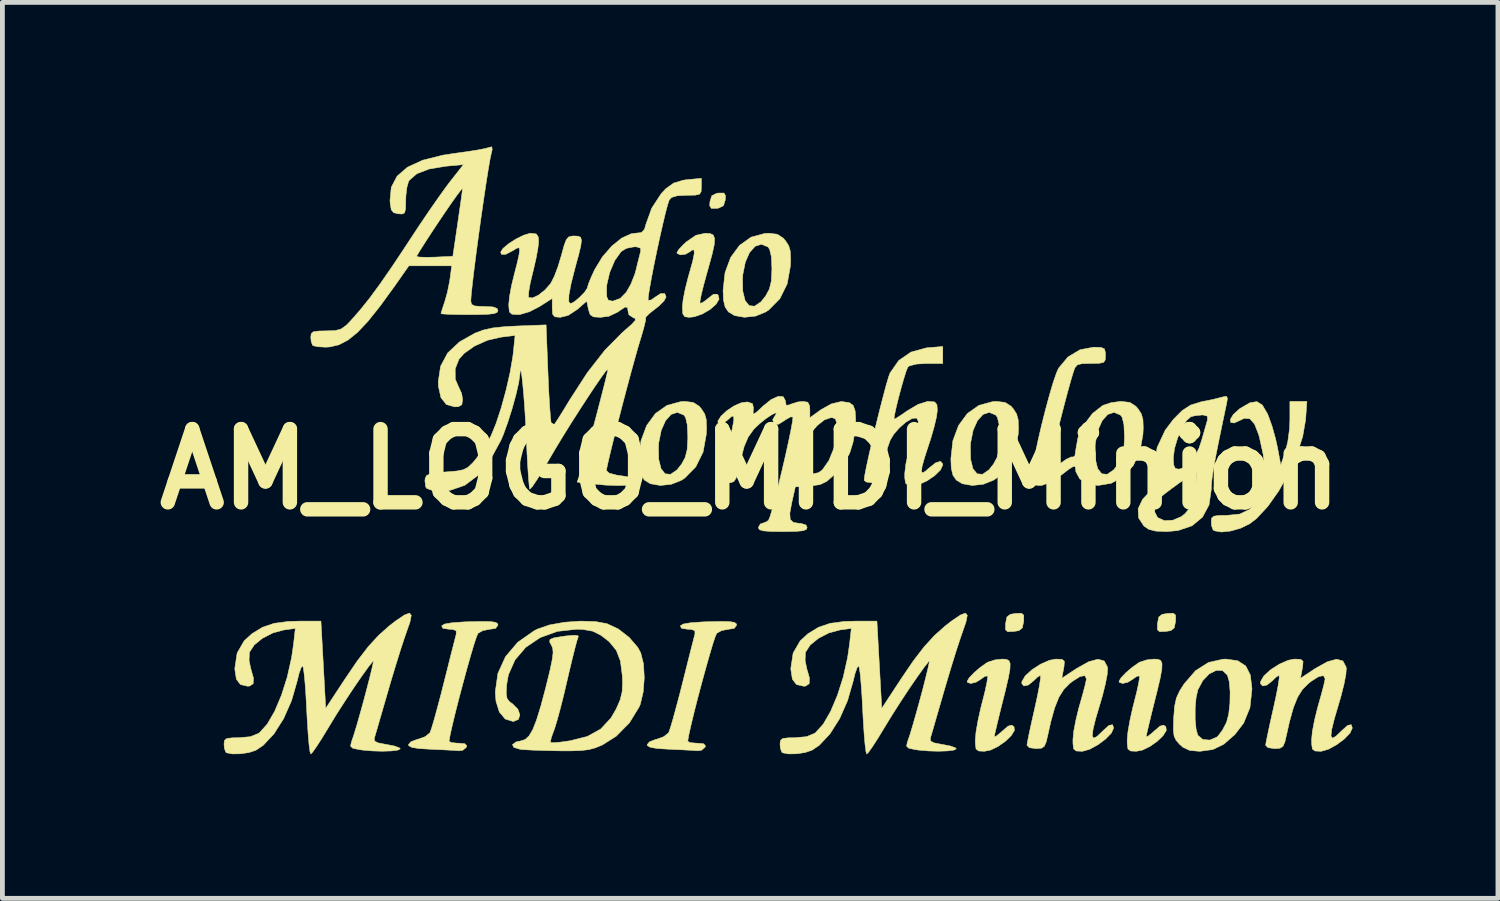
<source format=kicad_pcb>
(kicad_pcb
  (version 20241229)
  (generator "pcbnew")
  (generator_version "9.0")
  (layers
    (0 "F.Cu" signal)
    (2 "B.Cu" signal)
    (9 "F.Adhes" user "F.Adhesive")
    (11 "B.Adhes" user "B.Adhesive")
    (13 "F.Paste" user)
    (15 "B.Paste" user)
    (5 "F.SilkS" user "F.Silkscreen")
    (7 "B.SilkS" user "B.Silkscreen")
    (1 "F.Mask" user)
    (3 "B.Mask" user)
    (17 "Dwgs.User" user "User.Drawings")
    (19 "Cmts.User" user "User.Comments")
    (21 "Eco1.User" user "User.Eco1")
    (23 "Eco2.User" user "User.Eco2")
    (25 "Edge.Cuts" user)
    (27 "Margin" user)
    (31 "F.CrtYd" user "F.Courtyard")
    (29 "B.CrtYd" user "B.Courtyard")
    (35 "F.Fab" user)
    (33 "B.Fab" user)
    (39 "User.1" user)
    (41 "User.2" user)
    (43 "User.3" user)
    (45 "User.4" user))
  (footprint "AM_LOGO_MIDI_Minion"
    (layer "F.Cu")
    (at 12.562 6.715)
    (property "Reference" "AM_LOGO_MIDI_Minion" (at 0 0 0) (layer "F.SilkS") (effects (font (size 1.524 1.524) (thickness 0.3))))
    (attr through_hole)
    (fp_poly (pts (xy -0.513 -5.693) (xy -0.518 -5.606) (xy -0.556 -5.484) (xy -0.658 -5.434) (xy -0.696 -5.429) (xy -0.808 -5.428) (xy -0.842 -5.483) (xy -0.837 -5.57) (xy -0.798 -5.692) (xy -0.697 -5.742) (xy -0.659 -5.747) (xy -0.547 -5.748) (xy -0.513 -5.693)) (stroke (width 0.01) (type solid)) (fill yes) (layer "F.SilkS"))
    (fp_poly (pts (xy 5.694 3.039) (xy 5.692 3.16) (xy 5.691 3.171) (xy 5.664 3.302) (xy 5.593 3.359) (xy 5.485 3.376) (xy 5.359 3.381) (xy 5.313 3.339) (xy 5.315 3.219) (xy 5.316 3.207) (xy 5.343 3.076) (xy 5.413 3.02) (xy 5.521 3.002) (xy 5.648 2.997) (xy 5.694 3.039)) (stroke (width 0.01) (type solid)) (fill yes) (layer "F.SilkS"))
    (fp_poly (pts (xy 8.855 3.039) (xy 8.853 3.16) (xy 8.852 3.171) (xy 8.825 3.302) (xy 8.754 3.359) (xy 8.646 3.376) (xy 8.52 3.381) (xy 8.474 3.339) (xy 8.476 3.219) (xy 8.477 3.207) (xy 8.503 3.076) (xy 8.574 3.02) (xy 8.682 3.002) (xy 8.809 2.997) (xy 8.855 3.039)) (stroke (width 0.01) (type solid)) (fill yes) (layer "F.SilkS"))
    (fp_poly (pts (xy -1.186 -1.39) (xy -1.063 -1.312) (xy -1.015 -1.256) (xy -0.947 -1.151) (xy -0.914 -1.032) (xy -0.908 -0.861) (xy -0.913 -0.728) (xy -0.98 -0.357) (xy -1.132 -0.049) (xy -1.363 0.185) (xy -1.427 0.228) (xy -1.64 0.313) (xy -1.869 0.338) (xy -2.076 0.302) (xy -2.201 0.226) (xy -2.271 0.125) (xy -2.306 -0.021) (xy -2.314 -0.219) (xy -2.284 -0.487) (xy -1.908 -0.487) (xy -1.904 -0.207) (xy -1.855 -0.011) (xy -1.771 0.095) (xy -1.657 0.106) (xy -1.524 0.015) (xy -1.427 -0.107) (xy -1.351 -0.249) (xy -1.311 -0.411) (xy -1.298 -0.637) (xy -1.298 -0.679) (xy -1.31 -0.928) (xy -1.345 -1.078) (xy -1.38 -1.127) (xy -1.515 -1.183) (xy -1.646 -1.14) (xy -1.761 -1.011) (xy -1.851 -0.811) (xy -1.903 -0.551) (xy -1.908 -0.487) (xy -2.284 -0.487) (xy -2.273 -0.591) (xy -2.155 -0.909) (xy -1.972 -1.159) (xy -1.731 -1.329) (xy -1.444 -1.407) (xy -1.362 -1.411) (xy -1.186 -1.39)) (stroke (width 0.01) (type solid)) (fill yes) (layer "F.SilkS"))
    (fp_poly (pts (xy -0.83 -4.904) (xy -0.767 -4.872) (xy -0.74 -4.8) (xy -0.748 -4.673) (xy -0.792 -4.474) (xy -0.87 -4.189) (xy -0.904 -4.069) (xy -0.97 -3.828) (xy -1.019 -3.629) (xy -1.044 -3.496) (xy -1.044 -3.453) (xy -0.989 -3.468) (xy -0.891 -3.541) (xy -0.874 -3.557) (xy -0.763 -3.642) (xy -0.688 -3.642) (xy -0.667 -3.624) (xy -0.647 -3.539) (xy -0.71 -3.434) (xy -0.833 -3.326) (xy -0.991 -3.233) (xy -1.162 -3.173) (xy -1.267 -3.161) (xy -1.361 -3.174) (xy -1.402 -3.233) (xy -1.411 -3.372) (xy -1.411 -3.377) (xy -1.395 -3.532) (xy -1.351 -3.754) (xy -1.289 -3.999) (xy -1.27 -4.064) (xy -1.196 -4.328) (xy -1.163 -4.494) (xy -1.171 -4.568) (xy -1.22 -4.556) (xy -1.254 -4.526) (xy -1.347 -4.474) (xy -1.451 -4.461) (xy -1.518 -4.49) (xy -1.524 -4.51) (xy -1.485 -4.574) (xy -1.386 -4.679) (xy -1.324 -4.735) (xy -1.128 -4.869) (xy -0.934 -4.911) (xy -0.929 -4.911) (xy -0.83 -4.904)) (stroke (width 0.01) (type solid)) (fill yes) (layer "F.SilkS"))
    (fp_poly (pts (xy 0.564 -4.89) (xy 0.686 -4.811) (xy 0.735 -4.755) (xy 0.803 -4.65) (xy 0.836 -4.532) (xy 0.842 -4.361) (xy 0.837 -4.227) (xy 0.77 -3.857) (xy 0.618 -3.549) (xy 0.387 -3.315) (xy 0.322 -3.272) (xy 0.11 -3.186) (xy -0.119 -3.162) (xy -0.326 -3.198) (xy -0.452 -3.274) (xy -0.521 -3.375) (xy -0.556 -3.521) (xy -0.564 -3.718) (xy -0.535 -3.986) (xy -0.159 -3.986) (xy -0.154 -3.707) (xy -0.106 -3.511) (xy -0.021 -3.404) (xy 0.092 -3.393) (xy 0.226 -3.485) (xy 0.323 -3.607) (xy 0.399 -3.748) (xy 0.439 -3.911) (xy 0.451 -4.136) (xy 0.452 -4.178) (xy 0.44 -4.428) (xy 0.404 -4.578) (xy 0.37 -4.626) (xy 0.235 -4.682) (xy 0.104 -4.64) (xy -0.012 -4.511) (xy -0.101 -4.31) (xy -0.153 -4.051) (xy -0.159 -3.986) (xy -0.535 -3.986) (xy -0.523 -4.091) (xy -0.406 -4.408) (xy -0.222 -4.658) (xy 0.018 -4.829) (xy 0.305 -4.907) (xy 0.388 -4.911) (xy 0.564 -4.89)) (stroke (width 0.01) (type solid)) (fill yes) (layer "F.SilkS"))
    (fp_poly (pts (xy 5.305 -1.39) (xy 5.428 -1.312) (xy 5.476 -1.256) (xy 5.544 -1.151) (xy 5.577 -1.032) (xy 5.584 -0.861) (xy 5.578 -0.728) (xy 5.511 -0.357) (xy 5.359 -0.049) (xy 5.128 0.185) (xy 5.064 0.228) (xy 4.851 0.313) (xy 4.622 0.338) (xy 4.415 0.302) (xy 4.29 0.226) (xy 4.22 0.125) (xy 4.185 -0.021) (xy 4.177 -0.219) (xy 4.207 -0.487) (xy 4.583 -0.487) (xy 4.587 -0.207) (xy 4.636 -0.011) (xy 4.721 0.095) (xy 4.834 0.106) (xy 4.967 0.015) (xy 5.064 -0.107) (xy 5.14 -0.249) (xy 5.18 -0.411) (xy 5.193 -0.637) (xy 5.193 -0.679) (xy 5.181 -0.928) (xy 5.146 -1.078) (xy 5.111 -1.127) (xy 4.976 -1.183) (xy 4.845 -1.14) (xy 4.73 -1.011) (xy 4.64 -0.811) (xy 4.588 -0.551) (xy 4.583 -0.487) (xy 4.207 -0.487) (xy 4.218 -0.591) (xy 4.336 -0.909) (xy 4.519 -1.159) (xy 4.76 -1.329) (xy 5.047 -1.407) (xy 5.13 -1.411) (xy 5.305 -1.39)) (stroke (width 0.01) (type solid)) (fill yes) (layer "F.SilkS"))
    (fp_poly (pts (xy 5.33 3.956) (xy 5.384 3.983) (xy 5.41 4.046) (xy 5.406 4.16) (xy 5.373 4.342) (xy 5.311 4.607) (xy 5.249 4.854) (xy 5.184 5.115) (xy 5.131 5.336) (xy 5.094 5.494) (xy 5.08 5.566) (xy 5.08 5.567) (xy 5.115 5.559) (xy 5.204 5.488) (xy 5.25 5.447) (xy 5.367 5.347) (xy 5.442 5.326) (xy 5.49 5.356) (xy 5.5 5.436) (xy 5.432 5.545) (xy 5.311 5.662) (xy 5.159 5.769) (xy 5.002 5.845) (xy 4.875 5.87) (xy 4.756 5.864) (xy 4.701 5.823) (xy 4.686 5.717) (xy 4.685 5.63) (xy 4.7 5.468) (xy 4.74 5.237) (xy 4.797 4.977) (xy 4.827 4.86) (xy 4.885 4.631) (xy 4.925 4.445) (xy 4.943 4.328) (xy 4.94 4.301) (xy 4.882 4.311) (xy 4.808 4.365) (xy 4.699 4.433) (xy 4.59 4.459) (xy 4.522 4.436) (xy 4.516 4.413) (xy 4.557 4.342) (xy 4.659 4.235) (xy 4.79 4.122) (xy 4.919 4.031) (xy 4.949 4.014) (xy 5.098 3.967) (xy 5.246 3.951) (xy 5.33 3.956)) (stroke (width 0.01) (type solid)) (fill yes) (layer "F.SilkS"))
    (fp_poly (pts (xy 8.491 3.956) (xy 8.545 3.983) (xy 8.571 4.046) (xy 8.567 4.16) (xy 8.534 4.342) (xy 8.472 4.607) (xy 8.41 4.854) (xy 8.345 5.115) (xy 8.292 5.336) (xy 8.255 5.494) (xy 8.241 5.566) (xy 8.241 5.567) (xy 8.276 5.559) (xy 8.365 5.488) (xy 8.411 5.447) (xy 8.528 5.347) (xy 8.603 5.326) (xy 8.65 5.356) (xy 8.661 5.436) (xy 8.593 5.545) (xy 8.472 5.662) (xy 8.32 5.769) (xy 8.163 5.845) (xy 8.036 5.87) (xy 7.917 5.864) (xy 7.862 5.823) (xy 7.847 5.717) (xy 7.846 5.63) (xy 7.861 5.468) (xy 7.901 5.237) (xy 7.958 4.977) (xy 7.988 4.86) (xy 8.046 4.631) (xy 8.086 4.445) (xy 8.104 4.328) (xy 8.101 4.301) (xy 8.043 4.311) (xy 7.969 4.365) (xy 7.86 4.433) (xy 7.751 4.459) (xy 7.683 4.436) (xy 7.676 4.413) (xy 7.717 4.342) (xy 7.819 4.235) (xy 7.951 4.122) (xy 8.08 4.031) (xy 8.11 4.014) (xy 8.259 3.967) (xy 8.407 3.951) (xy 8.491 3.956)) (stroke (width 0.01) (type solid)) (fill yes) (layer "F.SilkS"))
    (fp_poly (pts (xy 10.146 3.986) (xy 10.313 4.094) (xy 10.409 4.284) (xy 10.442 4.564) (xy 10.442 4.582) (xy 10.401 4.962) (xy 10.27 5.283) (xy 10.087 5.522) (xy 9.856 5.724) (xy 9.627 5.834) (xy 9.363 5.87) (xy 9.342 5.87) (xy 9.146 5.852) (xy 9.006 5.786) (xy 8.938 5.726) (xy 8.863 5.641) (xy 8.822 5.553) (xy 8.807 5.429) (xy 8.811 5.234) (xy 8.812 5.204) (xy 9.261 5.204) (xy 9.28 5.407) (xy 9.315 5.535) (xy 9.418 5.624) (xy 9.564 5.637) (xy 9.71 5.575) (xy 9.74 5.548) (xy 9.83 5.428) (xy 9.912 5.271) (xy 9.914 5.267) (xy 9.959 5.095) (xy 9.984 4.869) (xy 9.988 4.631) (xy 9.97 4.421) (xy 9.932 4.286) (xy 9.833 4.192) (xy 9.7 4.186) (xy 9.555 4.258) (xy 9.42 4.398) (xy 9.317 4.59) (xy 9.28 4.754) (xy 9.261 4.972) (xy 9.261 5.204) (xy 8.812 5.204) (xy 8.814 5.168) (xy 8.833 4.931) (xy 8.87 4.761) (xy 8.941 4.608) (xy 9.03 4.469) (xy 9.269 4.192) (xy 9.538 4.021) (xy 9.843 3.953) (xy 9.902 3.951) (xy 10.146 3.986)) (stroke (width 0.01) (type solid)) (fill yes) (layer "F.SilkS"))
    (fp_poly (pts (xy 11.559 -1.03) (xy 11.499 -0.682) (xy 11.377 -0.301) (xy 11.205 0.086) (xy 10.999 0.454) (xy 10.77 0.777) (xy 10.534 1.029) (xy 10.394 1.136) (xy 10.205 1.228) (xy 9.996 1.287) (xy 9.805 1.307) (xy 9.665 1.282) (xy 9.633 1.261) (xy 9.603 1.18) (xy 9.596 1.091) (xy 9.604 1.017) (xy 9.648 0.978) (xy 9.754 0.962) (xy 9.926 0.96) (xy 10.191 0.932) (xy 10.39 0.838) (xy 10.551 0.66) (xy 10.641 0.505) (xy 10.699 0.3) (xy 10.71 0.018) (xy 10.675 -0.314) (xy 10.596 -0.672) (xy 10.581 -0.724) (xy 10.496 -0.941) (xy 10.397 -1.051) (xy 10.279 -1.058) (xy 10.21 -1.025) (xy 10.073 -0.962) (xy 10 -0.973) (xy 9.994 -1.038) (xy 10.053 -1.138) (xy 10.179 -1.252) (xy 10.201 -1.268) (xy 10.4 -1.383) (xy 10.545 -1.407) (xy 10.658 -1.336) (xy 10.76 -1.164) (xy 10.779 -1.121) (xy 10.859 -0.901) (xy 10.933 -0.637) (xy 10.973 -0.458) (xy 11.042 -0.085) (xy 11.137 -0.363) (xy 11.189 -0.577) (xy 11.224 -0.839) (xy 11.232 -1.026) (xy 11.232 -1.411) (xy 11.586 -1.411) (xy 11.559 -1.03)) (stroke (width 0.01) (type solid)) (fill yes) (layer "F.SilkS"))
    (fp_poly (pts (xy -5.39 3.172) (xy -5.294 3.188) (xy -5.254 3.218) (xy -5.249 3.244) (xy -5.298 3.312) (xy -5.415 3.33) (xy -5.564 3.358) (xy -5.663 3.414) (xy -5.694 3.484) (xy -5.747 3.643) (xy -5.815 3.87) (xy -5.893 4.146) (xy -5.975 4.448) (xy -6.057 4.757) (xy -6.132 5.051) (xy -6.195 5.311) (xy -6.241 5.515) (xy -6.264 5.643) (xy -6.265 5.664) (xy -6.216 5.689) (xy -6.094 5.701) (xy -6.07 5.701) (xy -5.939 5.712) (xy -5.899 5.753) (xy -5.906 5.786) (xy -5.981 5.849) (xy -6.06 5.859) (xy -6.172 5.851) (xy -6.36 5.841) (xy -6.589 5.831) (xy -6.646 5.828) (xy -6.893 5.813) (xy -7.041 5.789) (xy -7.106 5.753) (xy -7.112 5.733) (xy -7.062 5.673) (xy -6.939 5.625) (xy -6.915 5.62) (xy -6.767 5.567) (xy -6.668 5.488) (xy -6.663 5.48) (xy -6.631 5.392) (xy -6.578 5.215) (xy -6.511 4.97) (xy -6.433 4.678) (xy -6.376 4.452) (xy -6.297 4.139) (xy -6.227 3.859) (xy -6.169 3.632) (xy -6.13 3.481) (xy -6.117 3.429) (xy -6.119 3.359) (xy -6.197 3.333) (xy -6.266 3.33) (xy -6.395 3.311) (xy -6.421 3.26) (xy -6.361 3.222) (xy -6.205 3.195) (xy -5.946 3.177) (xy -5.823 3.173) (xy -5.56 3.168) (xy -5.39 3.172)) (stroke (width 0.01) (type solid)) (fill yes) (layer "F.SilkS"))
    (fp_poly (pts (xy -0.423 3.172) (xy -0.327 3.188) (xy -0.287 3.218) (xy -0.282 3.244) (xy -0.331 3.312) (xy -0.448 3.33) (xy -0.597 3.358) (xy -0.696 3.414) (xy -0.727 3.484) (xy -0.78 3.643) (xy -0.847 3.87) (xy -0.925 4.146) (xy -1.008 4.448) (xy -1.09 4.757) (xy -1.165 5.051) (xy -1.228 5.311) (xy -1.274 5.515) (xy -1.297 5.643) (xy -1.298 5.664) (xy -1.249 5.689) (xy -1.127 5.701) (xy -1.102 5.701) (xy -0.972 5.712) (xy -0.932 5.753) (xy -0.939 5.786) (xy -1.014 5.849) (xy -1.093 5.859) (xy -1.205 5.851) (xy -1.393 5.841) (xy -1.622 5.831) (xy -1.679 5.828) (xy -1.926 5.813) (xy -2.074 5.789) (xy -2.139 5.753) (xy -2.145 5.733) (xy -2.095 5.673) (xy -1.972 5.625) (xy -1.948 5.62) (xy -1.8 5.567) (xy -1.701 5.488) (xy -1.696 5.48) (xy -1.664 5.392) (xy -1.611 5.215) (xy -1.544 4.97) (xy -1.466 4.678) (xy -1.409 4.452) (xy -1.33 4.139) (xy -1.26 3.859) (xy -1.202 3.632) (xy -1.163 3.481) (xy -1.149 3.429) (xy -1.152 3.359) (xy -1.23 3.333) (xy -1.299 3.33) (xy -1.428 3.311) (xy -1.454 3.26) (xy -1.394 3.222) (xy -1.238 3.195) (xy -0.979 3.177) (xy -0.856 3.173) (xy -0.593 3.168) (xy -0.423 3.172)) (stroke (width 0.01) (type solid)) (fill yes) (layer "F.SilkS"))
    (fp_poly (pts (xy 4.008 -2.201) (xy 3.676 -2.201) (xy 3.457 -2.188) (xy 3.316 -2.151) (xy 3.283 -2.127) (xy 3.25 -2.052) (xy 3.201 -1.898) (xy 3.143 -1.696) (xy 3.085 -1.478) (xy 3.035 -1.274) (xy 3.001 -1.115) (xy 2.992 -1.042) (xy 3.033 -1.058) (xy 3.14 -1.126) (xy 3.266 -1.214) (xy 3.495 -1.35) (xy 3.688 -1.41) (xy 3.718 -1.411) (xy 3.839 -1.4) (xy 3.887 -1.343) (xy 3.895 -1.224) (xy 3.877 -1.087) (xy 3.828 -0.88) (xy 3.759 -0.639) (xy 3.725 -0.536) (xy 3.631 -0.248) (xy 3.577 -0.056) (xy 3.563 0.049) (xy 3.588 0.077) (xy 3.653 0.037) (xy 3.714 -0.018) (xy 3.859 -0.133) (xy 3.96 -0.165) (xy 4.006 -0.112) (xy 4.008 -0.089) (xy 3.96 0.016) (xy 3.839 0.134) (xy 3.679 0.243) (xy 3.513 0.318) (xy 3.402 0.339) (xy 3.288 0.332) (xy 3.235 0.293) (xy 3.218 0.19) (xy 3.217 0.086) (xy 3.238 -0.101) (xy 3.292 -0.336) (xy 3.358 -0.542) (xy 3.429 -0.739) (xy 3.479 -0.901) (xy 3.5 -0.993) (xy 3.5 -0.994) (xy 3.465 -1.065) (xy 3.371 -1.057) (xy 3.234 -0.975) (xy 3.105 -0.861) (xy 2.992 -0.734) (xy 2.913 -0.602) (xy 2.852 -0.428) (xy 2.794 -0.183) (xy 2.743 0.043) (xy 2.702 0.181) (xy 2.66 0.252) (xy 2.602 0.278) (xy 2.532 0.282) (xy 2.417 0.266) (xy 2.371 0.23) (xy 2.384 0.128) (xy 2.421 -0.061) (xy 2.476 -0.314) (xy 2.544 -0.609) (xy 2.619 -0.924) (xy 2.696 -1.237) (xy 2.77 -1.524) (xy 2.834 -1.764) (xy 2.885 -1.934) (xy 2.91 -2.002) (xy 3.091 -2.262) (xy 3.346 -2.438) (xy 3.664 -2.525) (xy 3.701 -2.529) (xy 4.008 -2.554) (xy 4.008 -2.201)) (stroke (width 0.01) (type solid)) (fill yes) (layer "F.SilkS"))
    (fp_poly (pts (xy 6.492 3.957) (xy 6.539 3.998) (xy 6.531 4.107) (xy 6.523 4.151) (xy 6.485 4.351) (xy 6.793 4.147) (xy 7.043 4.007) (xy 7.237 3.954) (xy 7.368 3.99) (xy 7.434 4.114) (xy 7.439 4.149) (xy 7.43 4.274) (xy 7.391 4.474) (xy 7.33 4.717) (xy 7.284 4.875) (xy 7.188 5.198) (xy 7.134 5.421) (xy 7.12 5.552) (xy 7.148 5.597) (xy 7.218 5.562) (xy 7.332 5.453) (xy 7.338 5.447) (xy 7.466 5.332) (xy 7.541 5.316) (xy 7.564 5.386) (xy 7.517 5.491) (xy 7.397 5.615) (xy 7.236 5.735) (xy 7.066 5.828) (xy 6.918 5.87) (xy 6.904 5.87) (xy 6.787 5.864) (xy 6.733 5.823) (xy 6.718 5.717) (xy 6.717 5.627) (xy 6.733 5.458) (xy 6.777 5.226) (xy 6.838 4.973) (xy 6.857 4.908) (xy 6.92 4.685) (xy 6.969 4.5) (xy 6.995 4.382) (xy 6.998 4.36) (xy 6.964 4.296) (xy 6.865 4.314) (xy 6.708 4.413) (xy 6.649 4.46) (xy 6.525 4.585) (xy 6.425 4.745) (xy 6.338 4.962) (xy 6.256 5.256) (xy 6.204 5.489) (xy 6.162 5.671) (xy 6.121 5.767) (xy 6.06 5.806) (xy 5.958 5.814) (xy 5.946 5.814) (xy 5.81 5.795) (xy 5.76 5.744) (xy 5.76 5.743) (xy 5.773 5.664) (xy 5.806 5.498) (xy 5.856 5.269) (xy 5.916 5.002) (xy 5.921 4.981) (xy 5.978 4.72) (xy 6.02 4.504) (xy 6.042 4.354) (xy 6.042 4.291) (xy 6.04 4.29) (xy 5.977 4.327) (xy 5.898 4.403) (xy 5.789 4.491) (xy 5.697 4.511) (xy 5.653 4.462) (xy 5.655 4.419) (xy 5.723 4.302) (xy 5.864 4.173) (xy 6.044 4.057) (xy 6.229 3.976) (xy 6.361 3.951) (xy 6.492 3.957)) (stroke (width 0.01) (type solid)) (fill yes) (layer "F.SilkS"))
    (fp_poly (pts (xy 11.459 3.957) (xy 11.506 3.998) (xy 11.498 4.107) (xy 11.49 4.151) (xy 11.452 4.351) (xy 11.76 4.147) (xy 12.011 4.007) (xy 12.204 3.954) (xy 12.335 3.99) (xy 12.401 4.114) (xy 12.406 4.149) (xy 12.397 4.274) (xy 12.358 4.474) (xy 12.297 4.717) (xy 12.251 4.875) (xy 12.156 5.198) (xy 12.101 5.421) (xy 12.087 5.552) (xy 12.115 5.597) (xy 12.185 5.562) (xy 12.299 5.453) (xy 12.305 5.447) (xy 12.433 5.332) (xy 12.508 5.316) (xy 12.531 5.386) (xy 12.484 5.491) (xy 12.364 5.615) (xy 12.203 5.735) (xy 12.033 5.828) (xy 11.885 5.87) (xy 11.871 5.87) (xy 11.754 5.864) (xy 11.7 5.823) (xy 11.685 5.717) (xy 11.684 5.627) (xy 11.7 5.458) (xy 11.744 5.226) (xy 11.806 4.973) (xy 11.824 4.908) (xy 11.887 4.685) (xy 11.936 4.5) (xy 11.962 4.382) (xy 11.965 4.36) (xy 11.931 4.296) (xy 11.832 4.314) (xy 11.675 4.413) (xy 11.617 4.46) (xy 11.492 4.585) (xy 11.392 4.745) (xy 11.305 4.962) (xy 11.223 5.256) (xy 11.171 5.489) (xy 11.129 5.671) (xy 11.088 5.767) (xy 11.027 5.806) (xy 10.925 5.814) (xy 10.913 5.814) (xy 10.777 5.795) (xy 10.727 5.744) (xy 10.727 5.743) (xy 10.74 5.664) (xy 10.774 5.498) (xy 10.823 5.269) (xy 10.883 5.002) (xy 10.888 4.981) (xy 10.945 4.72) (xy 10.987 4.504) (xy 11.009 4.354) (xy 11.009 4.291) (xy 11.007 4.29) (xy 10.944 4.327) (xy 10.866 4.403) (xy 10.756 4.491) (xy 10.664 4.511) (xy 10.62 4.462) (xy 10.622 4.419) (xy 10.69 4.302) (xy 10.831 4.173) (xy 11.012 4.057) (xy 11.196 3.976) (xy 11.328 3.951) (xy 11.459 3.957)) (stroke (width 0.01) (type solid)) (fill yes) (layer "F.SilkS"))
    (fp_poly (pts (xy 9.933 -1.477) (xy 9.917 -1.378) (xy 9.818 -0.907) (xy 9.741 -0.532) (xy 9.683 -0.239) (xy 9.642 -0.013) (xy 9.616 0.159) (xy 9.601 0.293) (xy 9.596 0.403) (xy 9.596 0.423) (xy 9.549 0.744) (xy 9.413 0.997) (xy 9.196 1.177) (xy 8.902 1.277) (xy 8.661 1.298) (xy 8.441 1.288) (xy 8.297 1.252) (xy 8.195 1.183) (xy 8.083 1.013) (xy 8.077 0.886) (xy 8.417 0.886) (xy 8.478 1.005) (xy 8.615 1.069) (xy 8.792 1.062) (xy 8.97 0.988) (xy 9.053 0.922) (xy 9.16 0.791) (xy 9.223 0.667) (xy 9.226 0.654) (xy 9.26 0.457) (xy 9.284 0.272) (xy 9.295 0.129) (xy 9.289 0.059) (xy 9.286 0.056) (xy 9.225 0.087) (xy 9.102 0.167) (xy 8.943 0.277) (xy 8.776 0.398) (xy 8.628 0.51) (xy 8.537 0.584) (xy 8.434 0.73) (xy 8.417 0.886) (xy 8.077 0.886) (xy 8.074 0.821) (xy 8.167 0.626) (xy 8.271 0.514) (xy 8.404 0.409) (xy 8.51 0.345) (xy 8.539 0.337) (xy 8.556 0.314) (xy 8.509 0.278) (xy 8.446 0.207) (xy 8.416 0.072) (xy 8.411 -0.073) (xy 8.437 -0.24) (xy 8.806 -0.24) (xy 8.814 -0.087) (xy 8.847 -0.017) (xy 8.921 -0.000001) (xy 8.921 0) (xy 9.04 -0.038) (xy 9.167 -0.131) (xy 9.168 -0.132) (xy 9.256 -0.259) (xy 9.344 -0.448) (xy 9.394 -0.598) (xy 9.45 -0.793) (xy 9.496 -0.954) (xy 9.518 -1.03) (xy 9.513 -1.105) (xy 9.423 -1.129) (xy 9.406 -1.129) (xy 9.256 -1.114) (xy 9.17 -1.092) (xy 9.079 -1.01) (xy 8.982 -0.85) (xy 8.895 -0.646) (xy 8.831 -0.433) (xy 8.806 -0.243) (xy 8.806 -0.24) (xy 8.437 -0.24) (xy 8.469 -0.452) (xy 8.637 -0.812) (xy 8.806 -1.036) (xy 8.991 -1.222) (xy 9.169 -1.336) (xy 9.389 -1.404) (xy 9.454 -1.417) (xy 9.638 -1.454) (xy 9.796 -1.494) (xy 9.816 -1.5) (xy 9.909 -1.519) (xy 9.933 -1.477)) (stroke (width 0.01) (type solid)) (fill yes) (layer "F.SilkS"))
    (fp_poly (pts (xy 7.301 -2.535) (xy 7.373 -2.504) (xy 7.393 -2.427) (xy 7.394 -2.371) (xy 7.389 -2.273) (xy 7.354 -2.223) (xy 7.262 -2.204) (xy 7.088 -2.201) (xy 6.91 -2.197) (xy 6.812 -2.174) (xy 6.759 -2.114) (xy 6.724 -2.018) (xy 6.671 -1.84) (xy 6.605 -1.601) (xy 6.531 -1.322) (xy 6.455 -1.025) (xy 6.381 -0.731) (xy 6.316 -0.46) (xy 6.263 -0.233) (xy 6.229 -0.072) (xy 6.219 0.002) (xy 6.22 0.004) (xy 6.268 0.003) (xy 6.373 -0.058) (xy 6.449 -0.116) (xy 6.582 -0.21) (xy 6.685 -0.256) (xy 6.716 -0.254) (xy 6.757 -0.275) (xy 6.773 -0.385) (xy 6.773 -0.385) (xy 6.791 -0.487) (xy 7.179 -0.487) (xy 7.184 -0.207) (xy 7.232 -0.011) (xy 7.317 0.095) (xy 7.43 0.106) (xy 7.563 0.015) (xy 7.66 -0.107) (xy 7.737 -0.249) (xy 7.776 -0.411) (xy 7.789 -0.637) (xy 7.789 -0.679) (xy 7.778 -0.928) (xy 7.742 -1.078) (xy 7.707 -1.127) (xy 7.573 -1.183) (xy 7.442 -1.14) (xy 7.326 -1.011) (xy 7.237 -0.811) (xy 7.185 -0.551) (xy 7.179 -0.487) (xy 6.791 -0.487) (xy 6.82 -0.652) (xy 6.945 -0.923) (xy 7.125 -1.161) (xy 7.336 -1.326) (xy 7.34 -1.328) (xy 7.507 -1.384) (xy 7.703 -1.411) (xy 7.726 -1.411) (xy 7.902 -1.39) (xy 8.024 -1.312) (xy 8.073 -1.256) (xy 8.141 -1.151) (xy 8.174 -1.032) (xy 8.18 -0.861) (xy 8.174 -0.728) (xy 8.112 -0.373) (xy 7.973 -0.076) (xy 7.771 0.15) (xy 7.516 0.292) (xy 7.239 0.338) (xy 7.019 0.301) (xy 6.858 0.2) (xy 6.778 0.051) (xy 6.773 -0.001) (xy 6.763 -0.055) (xy 6.72 -0.055) (xy 6.626 0.004) (xy 6.486 0.112) (xy 6.256 0.267) (xy 6.072 0.336) (xy 6.034 0.339) (xy 5.931 0.33) (xy 5.884 0.284) (xy 5.871 0.167) (xy 5.87 0.099) (xy 5.885 -0.058) (xy 5.927 -0.294) (xy 5.988 -0.586) (xy 6.062 -0.908) (xy 6.145 -1.236) (xy 6.229 -1.546) (xy 6.308 -1.813) (xy 6.377 -2.012) (xy 6.418 -2.102) (xy 6.613 -2.336) (xy 6.865 -2.487) (xy 7.149 -2.54) (xy 7.301 -2.535)) (stroke (width 0.01) (type solid)) (fill yes) (layer "F.SilkS"))
    (fp_poly (pts (xy -3.216 3.171) (xy -2.981 3.214) (xy -2.743 3.326) (xy -2.516 3.502) (xy -2.339 3.709) (xy -2.278 3.821) (xy -2.22 4.052) (xy -2.204 4.339) (xy -2.226 4.634) (xy -2.286 4.889) (xy -2.308 4.943) (xy -2.513 5.278) (xy -2.789 5.557) (xy -3.076 5.738) (xy -3.219 5.797) (xy -3.357 5.835) (xy -3.523 5.855) (xy -3.746 5.862) (xy -3.979 5.861) (xy -4.254 5.855) (xy -4.505 5.847) (xy -4.7 5.837) (xy -4.787 5.829) (xy -4.919 5.789) (xy -4.947 5.731) (xy -4.874 5.676) (xy -4.774 5.654) (xy -4.684 5.625) (xy -4.602 5.55) (xy -4.524 5.417) (xy -4.444 5.213) (xy -4.356 4.926) (xy -4.254 4.543) (xy -4.237 4.474) (xy -4.164 4.174) (xy -4.12 3.963) (xy -4.102 3.821) (xy -4.109 3.728) (xy -4.132 3.672) (xy -4.174 3.592) (xy -4.165 3.543) (xy -4.087 3.51) (xy -3.92 3.482) (xy -3.845 3.471) (xy -3.661 3.454) (xy -3.58 3.466) (xy -3.579 3.491) (xy -3.604 3.565) (xy -3.648 3.728) (xy -3.706 3.96) (xy -3.773 4.24) (xy -3.808 4.392) (xy -3.881 4.704) (xy -3.955 4.995) (xy -4.021 5.237) (xy -4.073 5.406) (xy -4.089 5.447) (xy -4.139 5.586) (xy -4.157 5.675) (xy -4.154 5.686) (xy -4.09 5.691) (xy -3.946 5.679) (xy -3.752 5.652) (xy -3.751 5.652) (xy -3.389 5.561) (xy -3.111 5.407) (xy -2.897 5.177) (xy -2.788 4.989) (xy -2.706 4.8) (xy -2.665 4.634) (xy -2.656 4.44) (xy -2.662 4.292) (xy -2.7 3.993) (xy -2.786 3.769) (xy -2.936 3.587) (xy -3.104 3.457) (xy -3.274 3.371) (xy -3.481 3.334) (xy -3.612 3.33) (xy -4.014 3.375) (xy -4.37 3.504) (xy -4.668 3.704) (xy -4.893 3.966) (xy -5.032 4.279) (xy -5.068 4.485) (xy -5.077 4.665) (xy -5.06 4.771) (xy -5.004 4.842) (xy -4.945 4.883) (xy -4.834 4.994) (xy -4.793 5.112) (xy -4.823 5.207) (xy -4.926 5.249) (xy -4.935 5.249) (xy -5.099 5.198) (xy -5.22 5.053) (xy -5.29 4.828) (xy -5.305 4.635) (xy -5.25 4.249) (xy -5.092 3.901) (xy -4.838 3.602) (xy -4.494 3.361) (xy -4.423 3.325) (xy -4.178 3.241) (xy -3.867 3.185) (xy -3.531 3.161) (xy -3.216 3.171)) (stroke (width 0.01) (type solid)) (fill yes) (layer "F.SilkS"))
    (fp_poly (pts (xy -5.369 -6.655) (xy -5.382 -6.599) (xy -5.41 -6.473) (xy -5.448 -6.254) (xy -5.494 -5.965) (xy -5.545 -5.624) (xy -5.599 -5.252) (xy -5.652 -4.869) (xy -5.702 -4.496) (xy -5.746 -4.153) (xy -5.781 -3.859) (xy -5.805 -3.635) (xy -5.814 -3.502) (xy -5.814 -3.497) (xy -5.798 -3.431) (xy -5.733 -3.398) (xy -5.591 -3.387) (xy -5.532 -3.387) (xy -5.354 -3.378) (xy -5.267 -3.346) (xy -5.249 -3.302) (xy -5.268 -3.263) (xy -5.334 -3.238) (xy -5.468 -3.224) (xy -5.686 -3.218) (xy -5.842 -3.217) (xy -6.085 -3.219) (xy -6.28 -3.224) (xy -6.403 -3.232) (xy -6.435 -3.238) (xy -6.418 -3.3) (xy -6.376 -3.428) (xy -6.359 -3.478) (xy -6.302 -3.678) (xy -6.256 -3.905) (xy -6.247 -3.965) (xy -6.211 -4.233) (xy -7.103 -4.233) (xy -7.41 -3.796) (xy -7.704 -3.392) (xy -7.955 -3.078) (xy -8.174 -2.846) (xy -8.373 -2.686) (xy -8.56 -2.589) (xy -8.748 -2.545) (xy -8.838 -2.54) (xy -8.992 -2.549) (xy -9.093 -2.57) (xy -9.106 -2.578) (xy -9.136 -2.658) (xy -9.144 -2.747) (xy -9.135 -2.822) (xy -9.089 -2.861) (xy -8.979 -2.876) (xy -8.827 -2.879) (xy -8.637 -2.885) (xy -8.512 -2.919) (xy -8.403 -2.998) (xy -8.314 -3.09) (xy -8.123 -3.307) (xy -7.922 -3.557) (xy -7.702 -3.856) (xy -7.451 -4.219) (xy -7.311 -4.429) (xy -6.943 -4.429) (xy -6.891 -4.416) (xy -6.756 -4.41) (xy -6.567 -4.414) (xy -6.565 -4.414) (xy -6.188 -4.431) (xy -6.088 -5.108) (xy -6.05 -5.375) (xy -6.017 -5.602) (xy -5.995 -5.766) (xy -5.986 -5.841) (xy -5.986 -5.842) (xy -6.014 -5.817) (xy -6.094 -5.713) (xy -6.215 -5.543) (xy -6.366 -5.323) (xy -6.463 -5.179) (xy -6.629 -4.929) (xy -6.77 -4.712) (xy -6.875 -4.546) (xy -6.934 -4.448) (xy -6.943 -4.429) (xy -7.311 -4.429) (xy -7.156 -4.662) (xy -7.086 -4.77) (xy -6.884 -5.076) (xy -6.679 -5.379) (xy -6.488 -5.653) (xy -6.33 -5.873) (xy -6.251 -5.978) (xy -5.967 -6.34) (xy -6.34 -6.305) (xy -6.684 -6.247) (xy -6.938 -6.149) (xy -7.094 -6.013) (xy -7.11 -5.986) (xy -7.144 -5.867) (xy -7.165 -5.688) (xy -7.168 -5.588) (xy -7.172 -5.419) (xy -7.192 -5.335) (xy -7.244 -5.311) (xy -7.324 -5.316) (xy -7.42 -5.339) (xy -7.469 -5.399) (xy -7.491 -5.529) (xy -7.496 -5.59) (xy -7.469 -5.868) (xy -7.348 -6.099) (xy -7.13 -6.287) (xy -6.812 -6.432) (xy -6.391 -6.537) (xy -6.14 -6.575) (xy -5.885 -6.61) (xy -5.665 -6.645) (xy -5.507 -6.676) (xy -5.452 -6.692) (xy -5.377 -6.71) (xy -5.369 -6.655)) (stroke (width 0.01) (type solid)) (fill yes) (layer "F.SilkS"))
    (fp_poly (pts (xy -7.053 3.041) (xy -7.08 3.18) (xy -7.14 3.352) (xy -7.203 3.534) (xy -7.288 3.795) (xy -7.385 4.108) (xy -7.486 4.442) (xy -7.534 4.608) (xy -7.623 4.915) (xy -7.702 5.188) (xy -7.765 5.407) (xy -7.808 5.552) (xy -7.821 5.597) (xy -7.817 5.656) (xy -7.745 5.695) (xy -7.584 5.726) (xy -7.566 5.729) (xy -7.404 5.76) (xy -7.301 5.798) (xy -7.281 5.819) (xy -7.333 5.846) (xy -7.467 5.863) (xy -7.654 5.869) (xy -7.864 5.863) (xy -8.069 5.845) (xy -8.138 5.835) (xy -8.272 5.806) (xy -8.317 5.762) (xy -8.298 5.675) (xy -8.29 5.653) (xy -8.247 5.525) (xy -8.188 5.332) (xy -8.121 5.097) (xy -8.05 4.841) (xy -7.982 4.585) (xy -7.921 4.35) (xy -7.874 4.158) (xy -7.846 4.03) (xy -7.844 3.988) (xy -7.845 3.989) (xy -7.944 4.113) (xy -8.087 4.311) (xy -8.256 4.558) (xy -8.436 4.831) (xy -8.612 5.105) (xy -8.766 5.358) (xy -8.777 5.376) (xy -8.91 5.595) (xy -9.025 5.773) (xy -9.108 5.89) (xy -9.145 5.927) (xy -9.162 5.873) (xy -9.181 5.726) (xy -9.2 5.504) (xy -9.218 5.225) (xy -9.229 5.023) (xy -9.245 4.715) (xy -9.264 4.45) (xy -9.284 4.245) (xy -9.302 4.121) (xy -9.312 4.093) (xy -9.345 4.129) (xy -9.388 4.249) (xy -9.427 4.408) (xy -9.545 4.818) (xy -9.71 5.191) (xy -9.91 5.507) (xy -10.133 5.745) (xy -10.284 5.847) (xy -10.426 5.895) (xy -10.604 5.922) (xy -10.774 5.925) (xy -10.893 5.902) (xy -10.913 5.889) (xy -10.942 5.808) (xy -10.95 5.72) (xy -10.94 5.643) (xy -10.893 5.604) (xy -10.779 5.59) (xy -10.647 5.588) (xy -10.4 5.566) (xy -10.229 5.496) (xy -10.208 5.48) (xy -10.05 5.304) (xy -9.896 5.038) (xy -9.755 4.704) (xy -9.634 4.324) (xy -9.544 3.922) (xy -9.505 3.656) (xy -9.466 3.313) (xy -9.704 3.345) (xy -9.933 3.407) (xy -10.15 3.518) (xy -10.322 3.658) (xy -10.417 3.804) (xy -10.421 3.819) (xy -10.429 3.979) (xy -10.394 4.147) (xy -10.337 4.346) (xy -10.343 4.463) (xy -10.415 4.512) (xy -10.459 4.516) (xy -10.608 4.481) (xy -10.693 4.37) (xy -10.724 4.169) (xy -10.724 4.135) (xy -10.677 3.826) (xy -10.532 3.573) (xy -10.372 3.426) (xy -10.151 3.29) (xy -9.907 3.207) (xy -9.609 3.168) (xy -9.369 3.161) (xy -8.933 3.161) (xy -8.883 4.069) (xy -8.834 4.977) (xy -8.425 4.355) (xy -8.173 3.985) (xy -7.95 3.695) (xy -7.736 3.461) (xy -7.512 3.261) (xy -7.372 3.153) (xy -7.193 3.033) (xy -7.089 2.994) (xy -7.053 3.041)) (stroke (width 0.01) (type solid)) (fill yes) (layer "F.SilkS"))
    (fp_poly (pts (xy 4.518 3.041) (xy 4.491 3.18) (xy 4.431 3.352) (xy 4.368 3.534) (xy 4.283 3.795) (xy 4.186 4.108) (xy 4.086 4.442) (xy 4.037 4.608) (xy 3.948 4.915) (xy 3.869 5.188) (xy 3.806 5.407) (xy 3.763 5.552) (xy 3.75 5.597) (xy 3.754 5.656) (xy 3.826 5.695) (xy 3.987 5.726) (xy 4.006 5.729) (xy 4.167 5.76) (xy 4.27 5.798) (xy 4.29 5.819) (xy 4.238 5.846) (xy 4.104 5.863) (xy 3.917 5.869) (xy 3.707 5.863) (xy 3.502 5.845) (xy 3.433 5.835) (xy 3.299 5.806) (xy 3.254 5.762) (xy 3.273 5.675) (xy 3.281 5.653) (xy 3.325 5.525) (xy 3.383 5.332) (xy 3.45 5.097) (xy 3.521 4.841) (xy 3.59 4.585) (xy 3.65 4.35) (xy 3.697 4.158) (xy 3.725 4.03) (xy 3.727 3.988) (xy 3.726 3.989) (xy 3.627 4.113) (xy 3.485 4.311) (xy 3.315 4.558) (xy 3.135 4.831) (xy 2.96 5.105) (xy 2.805 5.358) (xy 2.794 5.376) (xy 2.661 5.595) (xy 2.546 5.773) (xy 2.463 5.89) (xy 2.426 5.927) (xy 2.409 5.873) (xy 2.39 5.726) (xy 2.371 5.504) (xy 2.353 5.225) (xy 2.342 5.023) (xy 2.326 4.715) (xy 2.307 4.45) (xy 2.288 4.245) (xy 2.269 4.121) (xy 2.259 4.093) (xy 2.226 4.129) (xy 2.183 4.249) (xy 2.144 4.408) (xy 2.026 4.818) (xy 1.861 5.191) (xy 1.661 5.507) (xy 1.438 5.745) (xy 1.287 5.847) (xy 1.145 5.895) (xy 0.968 5.922) (xy 0.797 5.925) (xy 0.678 5.902) (xy 0.659 5.889) (xy 0.629 5.808) (xy 0.621 5.72) (xy 0.631 5.643) (xy 0.678 5.604) (xy 0.792 5.59) (xy 0.924 5.588) (xy 1.172 5.566) (xy 1.342 5.496) (xy 1.363 5.48) (xy 1.521 5.304) (xy 1.675 5.038) (xy 1.816 4.704) (xy 1.937 4.324) (xy 2.027 3.922) (xy 2.066 3.656) (xy 2.105 3.313) (xy 1.867 3.345) (xy 1.638 3.407) (xy 1.422 3.518) (xy 1.25 3.658) (xy 1.154 3.804) (xy 1.15 3.819) (xy 1.143 3.979) (xy 1.177 4.147) (xy 1.234 4.346) (xy 1.228 4.463) (xy 1.156 4.512) (xy 1.112 4.516) (xy 0.963 4.481) (xy 0.878 4.37) (xy 0.847 4.169) (xy 0.847 4.135) (xy 0.894 3.826) (xy 1.04 3.573) (xy 1.199 3.426) (xy 1.421 3.29) (xy 1.664 3.207) (xy 1.962 3.168) (xy 2.202 3.161) (xy 2.638 3.161) (xy 2.688 4.069) (xy 2.738 4.977) (xy 3.146 4.355) (xy 3.398 3.985) (xy 3.621 3.695) (xy 3.835 3.461) (xy 4.06 3.261) (xy 4.199 3.153) (xy 4.378 3.033) (xy 4.482 2.994) (xy 4.518 3.041)) (stroke (width 0.01) (type solid)) (fill yes) (layer "F.SilkS"))
    (fp_poly (pts (xy 0.687 -1.511) (xy 0.733 -1.427) (xy 0.734 -1.409) (xy 0.75 -1.33) (xy 0.817 -1.339) (xy 0.843 -1.353) (xy 0.987 -1.399) (xy 1.097 -1.411) (xy 1.2 -1.394) (xy 1.238 -1.318) (xy 1.242 -1.241) (xy 1.242 -1.072) (xy 1.476 -1.241) (xy 1.691 -1.36) (xy 1.896 -1.409) (xy 2.065 -1.385) (xy 2.145 -1.327) (xy 2.185 -1.21) (xy 2.196 -1.02) (xy 2.18 -0.792) (xy 2.14 -0.559) (xy 2.078 -0.357) (xy 2.059 -0.312) (xy 1.951 -0.134) (xy 1.804 0.054) (xy 1.741 0.122) (xy 1.592 0.254) (xy 1.454 0.32) (xy 1.27 0.347) (xy 1.235 0.35) (xy 0.94 0.367) (xy 0.864 0.702) (xy 0.825 0.916) (xy 0.833 1.044) (xy 0.899 1.108) (xy 1.031 1.128) (xy 1.058 1.128) (xy 1.161 1.161) (xy 1.185 1.214) (xy 1.166 1.255) (xy 1.093 1.281) (xy 0.949 1.294) (xy 0.714 1.298) (xy 0.677 1.298) (xy 0.429 1.295) (xy 0.275 1.283) (xy 0.195 1.259) (xy 0.17 1.22) (xy 0.169 1.214) (xy 0.211 1.139) (xy 0.247 1.129) (xy 0.349 1.089) (xy 0.385 1.056) (xy 0.415 0.982) (xy 0.463 0.82) (xy 0.524 0.591) (xy 0.592 0.317) (xy 0.664 0.019) (xy 0.688 -0.085) (xy 1.042 -0.085) (xy 1.043 0.013) (xy 1.083 0.064) (xy 1.084 0.064) (xy 1.25 0.11) (xy 1.423 0.071) (xy 1.5 0.016) (xy 1.637 -0.179) (xy 1.743 -0.438) (xy 1.8 -0.712) (xy 1.805 -0.804) (xy 1.8 -0.967) (xy 1.774 -1.046) (xy 1.714 -1.071) (xy 1.676 -1.072) (xy 1.545 -1.027) (xy 1.396 -0.91) (xy 1.26 -0.751) (xy 1.2 -0.649) (xy 1.154 -0.528) (xy 1.101 -0.35) (xy 1.078 -0.259) (xy 1.042 -0.085) (xy 0.688 -0.085) (xy 0.734 -0.282) (xy 0.796 -0.563) (xy 0.846 -0.804) (xy 0.879 -0.983) (xy 0.89 -1.079) (xy 0.889 -1.087) (xy 0.84 -1.089) (xy 0.739 -1.032) (xy 0.714 -1.013) (xy 0.587 -0.934) (xy 0.506 -0.941) (xy 0.495 -0.95) (xy 0.468 -1.03) (xy 0.513 -1.107) (xy 0.549 -1.167) (xy 0.517 -1.169) (xy 0.436 -1.126) (xy 0.325 -1.051) (xy 0.206 -0.956) (xy 0.096 -0.854) (xy 0.068 -0.823) (xy -0.042 -0.668) (xy -0.126 -0.471) (xy -0.198 -0.197) (xy -0.204 -0.171) (xy -0.254 0.052) (xy -0.294 0.186) (xy -0.338 0.255) (xy -0.397 0.279) (xy -0.461 0.282) (xy -0.541 0.279) (xy -0.59 0.257) (xy -0.608 0.2) (xy -0.597 0.087) (xy -0.556 -0.097) (xy -0.486 -0.371) (xy -0.48 -0.395) (xy -0.42 -0.637) (xy -0.372 -0.847) (xy -0.345 -0.995) (xy -0.34 -1.04) (xy -0.346 -1.106) (xy -0.384 -1.1) (xy -0.478 -1.018) (xy -0.48 -1.016) (xy -0.584 -0.938) (xy -0.655 -0.921) (xy -0.661 -0.924) (xy -0.672 -1.003) (xy -0.605 -1.107) (xy -0.484 -1.219) (xy -0.335 -1.318) (xy -0.183 -1.384) (xy -0.058 -1.4) (xy 0.047 -1.366) (xy 0.069 -1.277) (xy 0.066 -1.242) (xy 0.06 -1.166) (xy 0.083 -1.152) (xy 0.153 -1.205) (xy 0.266 -1.312) (xy 0.436 -1.45) (xy 0.583 -1.517) (xy 0.687 -1.511)) (stroke (width 0.01) (type solid)) (fill yes) (layer "F.SilkS"))
    (fp_poly (pts (xy -1.016 -5.877) (xy -1.021 -5.776) (xy -1.054 -5.724) (xy -1.142 -5.704) (xy -1.315 -5.701) (xy -1.324 -5.701) (xy -1.521 -5.691) (xy -1.634 -5.657) (xy -1.685 -5.602) (xy -1.716 -5.51) (xy -1.763 -5.335) (xy -1.819 -5.099) (xy -1.881 -4.824) (xy -1.945 -4.529) (xy -2.005 -4.237) (xy -2.057 -3.969) (xy -2.097 -3.745) (xy -2.121 -3.587) (xy -2.123 -3.516) (xy -2.123 -3.515) (xy -2.061 -3.522) (xy -1.986 -3.575) (xy -1.863 -3.656) (xy -1.778 -3.655) (xy -1.75 -3.585) (xy -1.792 -3.504) (xy -1.901 -3.395) (xy -1.974 -3.338) (xy -2.098 -3.241) (xy -2.168 -3.171) (xy -2.173 -3.152) (xy -2.178 -3.091) (xy -2.212 -2.95) (xy -2.267 -2.757) (xy -2.283 -2.707) (xy -2.337 -2.527) (xy -2.407 -2.278) (xy -2.49 -1.977) (xy -2.579 -1.644) (xy -2.67 -1.297) (xy -2.758 -0.955) (xy -2.839 -0.636) (xy -2.907 -0.359) (xy -2.958 -0.143) (xy -2.987 -0.007) (xy -2.992 0.028) (xy -2.936 0.081) (xy -2.773 0.124) (xy -2.653 0.141) (xy -2.441 0.177) (xy -2.332 0.223) (xy -2.314 0.26) (xy -2.367 0.304) (xy -2.512 0.331) (xy -2.732 0.34) (xy -3.006 0.331) (xy -3.31 0.303) (xy -3.601 0.268) (xy -3.52 0.032) (xy -3.482 -0.093) (xy -3.425 -0.291) (xy -3.356 -0.541) (xy -3.279 -0.824) (xy -3.2 -1.119) (xy -3.125 -1.407) (xy -3.058 -1.668) (xy -3.004 -1.882) (xy -2.97 -2.029) (xy -2.96 -2.088) (xy -2.96 -2.088) (xy -3.004 -2.043) (xy -3.095 -1.918) (xy -3.225 -1.73) (xy -3.38 -1.496) (xy -3.552 -1.232) (xy -3.728 -0.956) (xy -3.898 -0.683) (xy -4.051 -0.43) (xy -4.165 -0.236) (xy -4.307 0.009) (xy -4.431 0.209) (xy -4.525 0.349) (xy -4.58 0.413) (xy -4.588 0.413) (xy -4.599 0.344) (xy -4.613 0.182) (xy -4.629 -0.055) (xy -4.645 -0.348) (xy -4.657 -0.621) (xy -4.673 -0.956) (xy -4.692 -1.27) (xy -4.713 -1.55) (xy -4.734 -1.782) (xy -4.753 -1.952) (xy -4.77 -2.047) (xy -4.784 -2.054) (xy -4.791 -1.985) (xy -4.817 -1.802) (xy -4.875 -1.548) (xy -4.955 -1.259) (xy -5.047 -0.969) (xy -5.14 -0.713) (xy -5.19 -0.598) (xy -5.418 -0.18) (xy -5.666 0.129) (xy -5.938 0.334) (xy -6.238 0.437) (xy -6.417 0.452) (xy -6.622 0.439) (xy -6.731 0.399) (xy -6.752 0.37) (xy -6.769 0.245) (xy -6.763 0.187) (xy -6.734 0.131) (xy -6.656 0.095) (xy -6.506 0.071) (xy -6.329 0.056) (xy -6.111 0.038) (xy -5.971 0.011) (xy -5.871 -0.041) (xy -5.775 -0.133) (xy -5.722 -0.194) (xy -5.58 -0.383) (xy -5.442 -0.606) (xy -5.391 -0.702) (xy -5.287 -0.956) (xy -5.18 -1.283) (xy -5.08 -1.648) (xy -4.997 -2.011) (xy -4.941 -2.336) (xy -4.93 -2.422) (xy -4.893 -2.784) (xy -5.19 -2.748) (xy -5.469 -2.683) (xy -5.737 -2.563) (xy -5.955 -2.409) (xy -6.06 -2.29) (xy -6.139 -2.088) (xy -6.138 -1.876) (xy -6.07 -1.718) (xy -6.005 -1.577) (xy -5.985 -1.453) (xy -6 -1.343) (xy -6.071 -1.302) (xy -6.149 -1.298) (xy -6.322 -1.346) (xy -6.435 -1.489) (xy -6.488 -1.723) (xy -6.491 -1.822) (xy -6.443 -2.143) (xy -6.296 -2.419) (xy -6.048 -2.651) (xy -5.729 -2.831) (xy -5.556 -2.896) (xy -5.36 -2.94) (xy -5.11 -2.967) (xy -4.847 -2.981) (xy -4.247 -3.004) (xy -4.205 -1.926) (xy -4.19 -1.593) (xy -4.173 -1.305) (xy -4.156 -1.078) (xy -4.138 -0.928) (xy -4.123 -0.874) (xy -4.122 -0.874) (xy -4.077 -0.93) (xy -3.989 -1.063) (xy -3.871 -1.252) (xy -3.76 -1.436) (xy -3.388 -2.011) (xy -3.022 -2.479) (xy -2.657 -2.848) (xy -2.61 -2.889) (xy -2.46 -3.02) (xy -2.391 -3.099) (xy -2.393 -3.138) (xy -2.429 -3.151) (xy -2.523 -3.213) (xy -2.54 -3.278) (xy -2.552 -3.365) (xy -2.601 -3.375) (xy -2.707 -3.307) (xy -2.75 -3.274) (xy -2.939 -3.184) (xy -3.113 -3.161) (xy -3.259 -3.17) (xy -3.33 -3.216) (xy -3.365 -3.322) (xy -3.367 -3.33) (xy -3.401 -3.499) (xy -3.593 -3.33) (xy -3.788 -3.201) (xy -3.953 -3.161) (xy -4.066 -3.172) (xy -4.112 -3.229) (xy -4.12 -3.357) (xy -4.12 -3.554) (xy -4.385 -3.385) (xy -4.594 -3.278) (xy -4.786 -3.221) (xy -4.837 -3.217) (xy -4.959 -3.226) (xy -5.011 -3.273) (xy -5.023 -3.393) (xy -5.024 -3.43) (xy -5.008 -3.593) (xy -4.968 -3.815) (xy -4.911 -4.049) (xy -4.911 -4.05) (xy -4.856 -4.261) (xy -4.815 -4.437) (xy -4.798 -4.544) (xy -4.798 -4.55) (xy -4.807 -4.608) (xy -4.855 -4.601) (xy -4.937 -4.55) (xy -5.086 -4.472) (xy -5.174 -4.471) (xy -5.193 -4.515) (xy -5.146 -4.593) (xy -5.028 -4.692) (xy -4.872 -4.792) (xy -4.712 -4.871) (xy -4.581 -4.91) (xy -4.564 -4.911) (xy -4.451 -4.896) (xy -4.408 -4.83) (xy -4.403 -4.735) (xy -4.417 -4.599) (xy -4.455 -4.393) (xy -4.509 -4.155) (xy -4.526 -4.088) (xy -4.578 -3.87) (xy -4.608 -3.695) (xy -4.614 -3.589) (xy -4.608 -3.573) (xy -4.529 -3.565) (xy -4.406 -3.623) (xy -4.272 -3.729) (xy -4.156 -3.861) (xy -4.15 -3.869) (xy -4.078 -4.01) (xy -3.999 -4.217) (xy -3.931 -4.444) (xy -3.93 -4.447) (xy -3.873 -4.655) (xy -3.827 -4.777) (xy -3.777 -4.835) (xy -3.706 -4.853) (xy -3.662 -4.854) (xy -3.578 -4.85) (xy -3.528 -4.826) (xy -3.511 -4.763) (xy -3.526 -4.644) (xy -3.573 -4.45) (xy -3.64 -4.205) (xy -3.727 -3.864) (xy -3.772 -3.625) (xy -3.775 -3.486) (xy -3.739 -3.445) (xy -3.661 -3.484) (xy -3.552 -3.575) (xy -3.449 -3.681) (xy -3.409 -3.739) (xy -2.99 -3.739) (xy -2.984 -3.588) (xy -2.953 -3.519) (xy -2.877 -3.5) (xy -2.853 -3.5) (xy -2.704 -3.555) (xy -2.579 -3.683) (xy -2.482 -3.853) (xy -2.399 -4.064) (xy -2.376 -4.149) (xy -2.331 -4.332) (xy -2.293 -4.482) (xy -2.28 -4.53) (xy -2.281 -4.6) (xy -2.361 -4.627) (xy -2.419 -4.628) (xy -2.576 -4.597) (xy -2.685 -4.531) (xy -2.818 -4.344) (xy -2.924 -4.095) (xy -2.984 -3.837) (xy -2.99 -3.739) (xy -3.409 -3.739) (xy -3.39 -3.767) (xy -3.387 -3.783) (xy -3.363 -3.864) (xy -3.303 -4.01) (xy -3.234 -4.158) (xy -3.075 -4.419) (xy -2.881 -4.643) (xy -2.674 -4.81) (xy -2.476 -4.9) (xy -2.395 -4.911) (xy -2.264 -4.925) (xy -2.2 -4.992) (xy -2.171 -5.094) (xy -2.049 -5.433) (xy -1.85 -5.737) (xy -1.758 -5.836) (xy -1.592 -5.955) (xy -1.389 -6.016) (xy -1.301 -6.027) (xy -1.016 -6.054) (xy -1.016 -5.877)) (stroke (width 0.01) (type solid)) (fill yes) (layer "F.SilkS")))
  (gr_rect
    (start -3 -3)
    (end 28.124 15.646)
    (stroke (width 0.1) (type default))
    (fill no)
    (layer "Edge.Cuts")))
</source>
